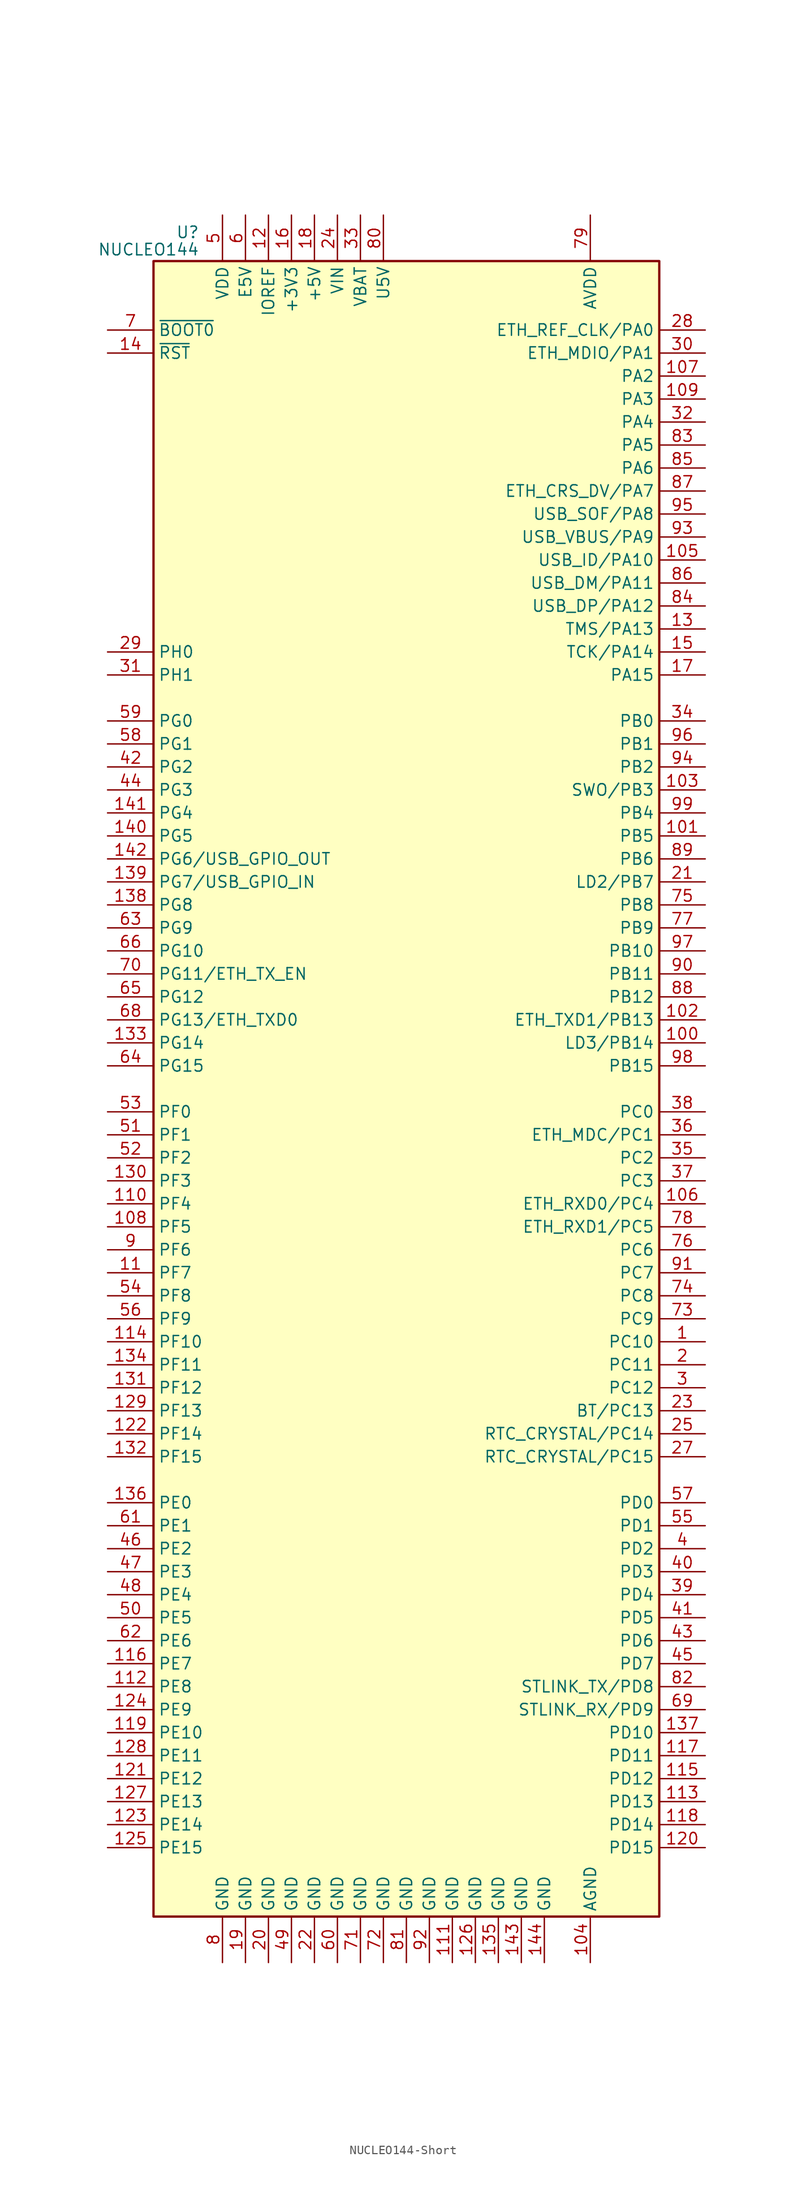
<source format=kicad_sym>
(kicad_symbol_lib
  (version 20220914)
  (generator kicad_symbol_editor)
  (symbol "NUCLEO144-Short"
    (property "Reference" "U"
      (at -22.86 94.615 0)
      (effects (font (size 1.27 1.27)) (justify right)))
    (property "Value" "NUCLEO144"
      (at -22.86 92.71 0)
      (effects (font (size 1.27 1.27)) (justify right)))
    (symbol "NUCLEO144-Short_0_1"
      (rectangle (start -27.94 91.44) (end 27.94 -91.44) (stroke (width 0.254) (type default)) (fill (type background))))
    (symbol "NUCLEO144-Short_1_1"
      (pin bidirectional line (at 33.02 -27.94 180) (length 5.08) (name "PC10" (effects (font (size 1.27 1.27)))) (number "1" (effects (font (size 1.27 1.27)))))
      (pin no_connect line (at -27.94 55.88 0) (length 5.08) hide (name "NC" (effects (font (size 1.27 1.27)))) (number "10" (effects (font (size 1.27 1.27)))))
      (pin bidirectional line (at 33.02 5.08 180) (length 5.08) (name "LD3/PB14" (effects (font (size 1.27 1.27)))) (number "100" (effects (font (size 1.27 1.27)))))
      (pin bidirectional line (at 33.02 27.94 180) (length 5.08) (name "PB5" (effects (font (size 1.27 1.27)))) (number "101" (effects (font (size 1.27 1.27)))))
      (pin bidirectional line (at 33.02 7.62 180) (length 5.08) (name "ETH_TXD1/PB13" (effects (font (size 1.27 1.27)))) (number "102" (effects (font (size 1.27 1.27)))))
      (pin bidirectional line (at 33.02 33.02 180) (length 5.08) (name "SWO/PB3" (effects (font (size 1.27 1.27)))) (number "103" (effects (font (size 1.27 1.27)))))
      (pin power_in line (at 20.32 -96.52 90) (length 5.08) (name "AGND" (effects (font (size 1.27 1.27)))) (number "104" (effects (font (size 1.27 1.27)))))
      (pin bidirectional line (at 33.02 58.42 180) (length 5.08) (name "USB_ID/PA10" (effects (font (size 1.27 1.27)))) (number "105" (effects (font (size 1.27 1.27)))))
      (pin bidirectional line (at 33.02 -12.7 180) (length 5.08) (name "ETH_RXD0/PC4" (effects (font (size 1.27 1.27)))) (number "106" (effects (font (size 1.27 1.27)))))
      (pin bidirectional line (at 33.02 78.74 180) (length 5.08) (name "PA2" (effects (font (size 1.27 1.27)))) (number "107" (effects (font (size 1.27 1.27)))))
      (pin bidirectional line (at -33.02 -15.24 0) (length 5.08) (name "PF5" (effects (font (size 1.27 1.27)))) (number "108" (effects (font (size 1.27 1.27)))))
      (pin bidirectional line (at 33.02 76.2 180) (length 5.08) (name "PA3" (effects (font (size 1.27 1.27)))) (number "109" (effects (font (size 1.27 1.27)))))
      (pin bidirectional line (at -33.02 -20.32 0) (length 5.08) (name "PF7" (effects (font (size 1.27 1.27)))) (number "11" (effects (font (size 1.27 1.27)))))
      (pin bidirectional line (at -33.02 -12.7 0) (length 5.08) (name "PF4" (effects (font (size 1.27 1.27)))) (number "110" (effects (font (size 1.27 1.27)))))
      (pin power_in line (at 5.08 -96.52 90) (length 5.08) (name "GND" (effects (font (size 1.27 1.27)))) (number "111" (effects (font (size 1.27 1.27)))))
      (pin bidirectional line (at -33.02 -66.04 0) (length 5.08) (name "PE8" (effects (font (size 1.27 1.27)))) (number "112" (effects (font (size 1.27 1.27)))))
      (pin bidirectional line (at 33.02 -78.74 180) (length 5.08) (name "PD13" (effects (font (size 1.27 1.27)))) (number "113" (effects (font (size 1.27 1.27)))))
      (pin bidirectional line (at -33.02 -27.94 0) (length 5.08) (name "PF10" (effects (font (size 1.27 1.27)))) (number "114" (effects (font (size 1.27 1.27)))))
      (pin bidirectional line (at 33.02 -76.2 180) (length 5.08) (name "PD12" (effects (font (size 1.27 1.27)))) (number "115" (effects (font (size 1.27 1.27)))))
      (pin bidirectional line (at -33.02 -63.5 0) (length 5.08) (name "PE7" (effects (font (size 1.27 1.27)))) (number "116" (effects (font (size 1.27 1.27)))))
      (pin bidirectional line (at 33.02 -73.66 180) (length 5.08) (name "PD11" (effects (font (size 1.27 1.27)))) (number "117" (effects (font (size 1.27 1.27)))))
      (pin bidirectional line (at 33.02 -81.28 180) (length 5.08) (name "PD14" (effects (font (size 1.27 1.27)))) (number "118" (effects (font (size 1.27 1.27)))))
      (pin bidirectional line (at -33.02 -71.12 0) (length 5.08) (name "PE10" (effects (font (size 1.27 1.27)))) (number "119" (effects (font (size 1.27 1.27)))))
      (pin power_in line (at -15.24 96.52 270) (length 5.08) (name "IOREF" (effects (font (size 1.27 1.27)))) (number "12" (effects (font (size 1.27 1.27)))))
      (pin bidirectional line (at 33.02 -83.82 180) (length 5.08) (name "PD15" (effects (font (size 1.27 1.27)))) (number "120" (effects (font (size 1.27 1.27)))))
      (pin bidirectional line (at -33.02 -76.2 0) (length 5.08) (name "PE12" (effects (font (size 1.27 1.27)))) (number "121" (effects (font (size 1.27 1.27)))))
      (pin bidirectional line (at -33.02 -38.1 0) (length 5.08) (name "PF14" (effects (font (size 1.27 1.27)))) (number "122" (effects (font (size 1.27 1.27)))))
      (pin bidirectional line (at -33.02 -81.28 0) (length 5.08) (name "PE14" (effects (font (size 1.27 1.27)))) (number "123" (effects (font (size 1.27 1.27)))))
      (pin bidirectional line (at -33.02 -68.58 0) (length 5.08) (name "PE9" (effects (font (size 1.27 1.27)))) (number "124" (effects (font (size 1.27 1.27)))))
      (pin bidirectional line (at -33.02 -83.82 0) (length 5.08) (name "PE15" (effects (font (size 1.27 1.27)))) (number "125" (effects (font (size 1.27 1.27)))))
      (pin power_in line (at 7.62 -96.52 90) (length 5.08) (name "GND" (effects (font (size 1.27 1.27)))) (number "126" (effects (font (size 1.27 1.27)))))
      (pin bidirectional line (at -33.02 -78.74 0) (length 5.08) (name "PE13" (effects (font (size 1.27 1.27)))) (number "127" (effects (font (size 1.27 1.27)))))
      (pin bidirectional line (at -33.02 -73.66 0) (length 5.08) (name "PE11" (effects (font (size 1.27 1.27)))) (number "128" (effects (font (size 1.27 1.27)))))
      (pin bidirectional line (at -33.02 -35.56 0) (length 5.08) (name "PF13" (effects (font (size 1.27 1.27)))) (number "129" (effects (font (size 1.27 1.27)))))
      (pin bidirectional line (at 33.02 50.8 180) (length 5.08) (name "TMS/PA13" (effects (font (size 1.27 1.27)))) (number "13" (effects (font (size 1.27 1.27)))))
      (pin bidirectional line (at -33.02 -10.16 0) (length 5.08) (name "PF3" (effects (font (size 1.27 1.27)))) (number "130" (effects (font (size 1.27 1.27)))))
      (pin bidirectional line (at -33.02 -33.02 0) (length 5.08) (name "PF12" (effects (font (size 1.27 1.27)))) (number "131" (effects (font (size 1.27 1.27)))))
      (pin bidirectional line (at -33.02 -40.64 0) (length 5.08) (name "PF15" (effects (font (size 1.27 1.27)))) (number "132" (effects (font (size 1.27 1.27)))))
      (pin bidirectional line (at -33.02 5.08 0) (length 5.08) (name "PG14" (effects (font (size 1.27 1.27)))) (number "133" (effects (font (size 1.27 1.27)))))
      (pin bidirectional line (at -33.02 -30.48 0) (length 5.08) (name "PF11" (effects (font (size 1.27 1.27)))) (number "134" (effects (font (size 1.27 1.27)))))
      (pin power_in line (at 10.16 -96.52 90) (length 5.08) (name "GND" (effects (font (size 1.27 1.27)))) (number "135" (effects (font (size 1.27 1.27)))))
      (pin bidirectional line (at -33.02 -45.72 0) (length 5.08) (name "PE0" (effects (font (size 1.27 1.27)))) (number "136" (effects (font (size 1.27 1.27)))))
      (pin bidirectional line (at 33.02 -71.12 180) (length 5.08) (name "PD10" (effects (font (size 1.27 1.27)))) (number "137" (effects (font (size 1.27 1.27)))))
      (pin bidirectional line (at -33.02 20.32 0) (length 5.08) (name "PG8" (effects (font (size 1.27 1.27)))) (number "138" (effects (font (size 1.27 1.27)))))
      (pin bidirectional line (at -33.02 22.86 0) (length 5.08) (name "PG7/USB_GPIO_IN" (effects (font (size 1.27 1.27)))) (number "139" (effects (font (size 1.27 1.27)))))
      (pin input line (at -33.02 81.28 0) (length 5.08) (name "~{RST}" (effects (font (size 1.27 1.27)))) (number "14" (effects (font (size 1.27 1.27)))))
      (pin bidirectional line (at -33.02 27.94 0) (length 5.08) (name "PG5" (effects (font (size 1.27 1.27)))) (number "140" (effects (font (size 1.27 1.27)))))
      (pin bidirectional line (at -33.02 30.48 0) (length 5.08) (name "PG4" (effects (font (size 1.27 1.27)))) (number "141" (effects (font (size 1.27 1.27)))))
      (pin bidirectional line (at -33.02 25.4 0) (length 5.08) (name "PG6/USB_GPIO_OUT" (effects (font (size 1.27 1.27)))) (number "142" (effects (font (size 1.27 1.27)))))
      (pin power_in line (at 12.7 -96.52 90) (length 5.08) (name "GND" (effects (font (size 1.27 1.27)))) (number "143" (effects (font (size 1.27 1.27)))))
      (pin power_in line (at 15.24 -96.52 90) (length 5.08) (name "GND" (effects (font (size 1.27 1.27)))) (number "144" (effects (font (size 1.27 1.27)))))
      (pin bidirectional line (at 33.02 48.26 180) (length 5.08) (name "TCK/PA14" (effects (font (size 1.27 1.27)))) (number "15" (effects (font (size 1.27 1.27)))))
      (pin power_in line (at -12.7 96.52 270) (length 5.08) (name "+3V3" (effects (font (size 1.27 1.27)))) (number "16" (effects (font (size 1.27 1.27)))))
      (pin bidirectional line (at 33.02 45.72 180) (length 5.08) (name "PA15" (effects (font (size 1.27 1.27)))) (number "17" (effects (font (size 1.27 1.27)))))
      (pin power_in line (at -10.16 96.52 270) (length 5.08) (name "+5V" (effects (font (size 1.27 1.27)))) (number "18" (effects (font (size 1.27 1.27)))))
      (pin power_in line (at -17.78 -96.52 90) (length 5.08) (name "GND" (effects (font (size 1.27 1.27)))) (number "19" (effects (font (size 1.27 1.27)))))
      (pin bidirectional line (at 33.02 -30.48 180) (length 5.08) (name "PC11" (effects (font (size 1.27 1.27)))) (number "2" (effects (font (size 1.27 1.27)))))
      (pin power_in line (at -15.24 -96.52 90) (length 5.08) (name "GND" (effects (font (size 1.27 1.27)))) (number "20" (effects (font (size 1.27 1.27)))))
      (pin bidirectional line (at 33.02 22.86 180) (length 5.08) (name "LD2/PB7" (effects (font (size 1.27 1.27)))) (number "21" (effects (font (size 1.27 1.27)))))
      (pin power_in line (at -10.16 -96.52 90) (length 5.08) (name "GND" (effects (font (size 1.27 1.27)))) (number "22" (effects (font (size 1.27 1.27)))))
      (pin bidirectional line (at 33.02 -35.56 180) (length 5.08) (name "BT/PC13" (effects (font (size 1.27 1.27)))) (number "23" (effects (font (size 1.27 1.27)))))
      (pin power_in line (at -7.62 96.52 270) (length 5.08) (name "VIN" (effects (font (size 1.27 1.27)))) (number "24" (effects (font (size 1.27 1.27)))))
      (pin bidirectional line (at 33.02 -38.1 180) (length 5.08) (name "RTC_CRYSTAL/PC14" (effects (font (size 1.27 1.27)))) (number "25" (effects (font (size 1.27 1.27)))))
      (pin no_connect line (at -27.94 58.42 0) (length 5.08) hide (name "NC" (effects (font (size 1.27 1.27)))) (number "26" (effects (font (size 1.27 1.27)))))
      (pin bidirectional line (at 33.02 -40.64 180) (length 5.08) (name "RTC_CRYSTAL/PC15" (effects (font (size 1.27 1.27)))) (number "27" (effects (font (size 1.27 1.27)))))
      (pin bidirectional line (at 33.02 83.82 180) (length 5.08) (name "ETH_REF_CLK/PA0" (effects (font (size 1.27 1.27)))) (number "28" (effects (font (size 1.27 1.27)))))
      (pin bidirectional line (at -33.02 48.26 0) (length 5.08) (name "PH0" (effects (font (size 1.27 1.27)))) (number "29" (effects (font (size 1.27 1.27)))))
      (pin bidirectional line (at 33.02 -33.02 180) (length 5.08) (name "PC12" (effects (font (size 1.27 1.27)))) (number "3" (effects (font (size 1.27 1.27)))))
      (pin bidirectional line (at 33.02 81.28 180) (length 5.08) (name "ETH_MDIO/PA1" (effects (font (size 1.27 1.27)))) (number "30" (effects (font (size 1.27 1.27)))))
      (pin bidirectional line (at -33.02 45.72 0) (length 5.08) (name "PH1" (effects (font (size 1.27 1.27)))) (number "31" (effects (font (size 1.27 1.27)))))
      (pin bidirectional line (at 33.02 73.66 180) (length 5.08) (name "PA4" (effects (font (size 1.27 1.27)))) (number "32" (effects (font (size 1.27 1.27)))))
      (pin power_in line (at -5.08 96.52 270) (length 5.08) (name "VBAT" (effects (font (size 1.27 1.27)))) (number "33" (effects (font (size 1.27 1.27)))))
      (pin bidirectional line (at 33.02 40.64 180) (length 5.08) (name "PB0" (effects (font (size 1.27 1.27)))) (number "34" (effects (font (size 1.27 1.27)))))
      (pin bidirectional line (at 33.02 -7.62 180) (length 5.08) (name "PC2" (effects (font (size 1.27 1.27)))) (number "35" (effects (font (size 1.27 1.27)))))
      (pin bidirectional line (at 33.02 -5.08 180) (length 5.08) (name "ETH_MDC/PC1" (effects (font (size 1.27 1.27)))) (number "36" (effects (font (size 1.27 1.27)))))
      (pin bidirectional line (at 33.02 -10.16 180) (length 5.08) (name "PC3" (effects (font (size 1.27 1.27)))) (number "37" (effects (font (size 1.27 1.27)))))
      (pin bidirectional line (at 33.02 -2.54 180) (length 5.08) (name "PC0" (effects (font (size 1.27 1.27)))) (number "38" (effects (font (size 1.27 1.27)))))
      (pin bidirectional line (at 33.02 -55.88 180) (length 5.08) (name "PD4" (effects (font (size 1.27 1.27)))) (number "39" (effects (font (size 1.27 1.27)))))
      (pin bidirectional line (at 33.02 -50.8 180) (length 5.08) (name "PD2" (effects (font (size 1.27 1.27)))) (number "4" (effects (font (size 1.27 1.27)))))
      (pin bidirectional line (at 33.02 -53.34 180) (length 5.08) (name "PD3" (effects (font (size 1.27 1.27)))) (number "40" (effects (font (size 1.27 1.27)))))
      (pin bidirectional line (at 33.02 -58.42 180) (length 5.08) (name "PD5" (effects (font (size 1.27 1.27)))) (number "41" (effects (font (size 1.27 1.27)))))
      (pin bidirectional line (at -33.02 35.56 0) (length 5.08) (name "PG2" (effects (font (size 1.27 1.27)))) (number "42" (effects (font (size 1.27 1.27)))))
      (pin bidirectional line (at 33.02 -60.96 180) (length 5.08) (name "PD6" (effects (font (size 1.27 1.27)))) (number "43" (effects (font (size 1.27 1.27)))))
      (pin bidirectional line (at -33.02 33.02 0) (length 5.08) (name "PG3" (effects (font (size 1.27 1.27)))) (number "44" (effects (font (size 1.27 1.27)))))
      (pin bidirectional line (at 33.02 -63.5 180) (length 5.08) (name "PD7" (effects (font (size 1.27 1.27)))) (number "45" (effects (font (size 1.27 1.27)))))
      (pin bidirectional line (at -33.02 -50.8 0) (length 5.08) (name "PE2" (effects (font (size 1.27 1.27)))) (number "46" (effects (font (size 1.27 1.27)))))
      (pin bidirectional line (at -33.02 -53.34 0) (length 5.08) (name "PE3" (effects (font (size 1.27 1.27)))) (number "47" (effects (font (size 1.27 1.27)))))
      (pin bidirectional line (at -33.02 -55.88 0) (length 5.08) (name "PE4" (effects (font (size 1.27 1.27)))) (number "48" (effects (font (size 1.27 1.27)))))
      (pin power_in line (at -12.7 -96.52 90) (length 5.08) (name "GND" (effects (font (size 1.27 1.27)))) (number "49" (effects (font (size 1.27 1.27)))))
      (pin power_in line (at -20.32 96.52 270) (length 5.08) (name "VDD" (effects (font (size 1.27 1.27)))) (number "5" (effects (font (size 1.27 1.27)))))
      (pin bidirectional line (at -33.02 -58.42 0) (length 5.08) (name "PE5" (effects (font (size 1.27 1.27)))) (number "50" (effects (font (size 1.27 1.27)))))
      (pin bidirectional line (at -33.02 -5.08 0) (length 5.08) (name "PF1" (effects (font (size 1.27 1.27)))) (number "51" (effects (font (size 1.27 1.27)))))
      (pin bidirectional line (at -33.02 -7.62 0) (length 5.08) (name "PF2" (effects (font (size 1.27 1.27)))) (number "52" (effects (font (size 1.27 1.27)))))
      (pin bidirectional line (at -33.02 -2.54 0) (length 5.08) (name "PF0" (effects (font (size 1.27 1.27)))) (number "53" (effects (font (size 1.27 1.27)))))
      (pin bidirectional line (at -33.02 -22.86 0) (length 5.08) (name "PF8" (effects (font (size 1.27 1.27)))) (number "54" (effects (font (size 1.27 1.27)))))
      (pin bidirectional line (at 33.02 -48.26 180) (length 5.08) (name "PD1" (effects (font (size 1.27 1.27)))) (number "55" (effects (font (size 1.27 1.27)))))
      (pin bidirectional line (at -33.02 -25.4 0) (length 5.08) (name "PF9" (effects (font (size 1.27 1.27)))) (number "56" (effects (font (size 1.27 1.27)))))
      (pin bidirectional line (at 33.02 -45.72 180) (length 5.08) (name "PD0" (effects (font (size 1.27 1.27)))) (number "57" (effects (font (size 1.27 1.27)))))
      (pin bidirectional line (at -33.02 38.1 0) (length 5.08) (name "PG1" (effects (font (size 1.27 1.27)))) (number "58" (effects (font (size 1.27 1.27)))))
      (pin bidirectional line (at -33.02 40.64 0) (length 5.08) (name "PG0" (effects (font (size 1.27 1.27)))) (number "59" (effects (font (size 1.27 1.27)))))
      (pin power_in line (at -17.78 96.52 270) (length 5.08) (name "E5V" (effects (font (size 1.27 1.27)))) (number "6" (effects (font (size 1.27 1.27)))))
      (pin power_in line (at -7.62 -96.52 90) (length 5.08) (name "GND" (effects (font (size 1.27 1.27)))) (number "60" (effects (font (size 1.27 1.27)))))
      (pin bidirectional line (at -33.02 -48.26 0) (length 5.08) (name "PE1" (effects (font (size 1.27 1.27)))) (number "61" (effects (font (size 1.27 1.27)))))
      (pin bidirectional line (at -33.02 -60.96 0) (length 5.08) (name "PE6" (effects (font (size 1.27 1.27)))) (number "62" (effects (font (size 1.27 1.27)))))
      (pin bidirectional line (at -33.02 17.78 0) (length 5.08) (name "PG9" (effects (font (size 1.27 1.27)))) (number "63" (effects (font (size 1.27 1.27)))))
      (pin bidirectional line (at -33.02 2.54 0) (length 5.08) (name "PG15" (effects (font (size 1.27 1.27)))) (number "64" (effects (font (size 1.27 1.27)))))
      (pin bidirectional line (at -33.02 10.16 0) (length 5.08) (name "PG12" (effects (font (size 1.27 1.27)))) (number "65" (effects (font (size 1.27 1.27)))))
      (pin bidirectional line (at -33.02 15.24 0) (length 5.08) (name "PG10" (effects (font (size 1.27 1.27)))) (number "66" (effects (font (size 1.27 1.27)))))
      (pin no_connect line (at -27.94 53.34 0) (length 5.08) hide (name "NC" (effects (font (size 1.27 1.27)))) (number "67" (effects (font (size 1.27 1.27)))))
      (pin bidirectional line (at -33.02 7.62 0) (length 5.08) (name "PG13/ETH_TXD0" (effects (font (size 1.27 1.27)))) (number "68" (effects (font (size 1.27 1.27)))))
      (pin bidirectional line (at 33.02 -68.58 180) (length 5.08) (name "STLINK_RX/PD9" (effects (font (size 1.27 1.27)))) (number "69" (effects (font (size 1.27 1.27)))))
      (pin input line (at -33.02 83.82 0) (length 5.08) (name "~{BOOT0}" (effects (font (size 1.27 1.27)))) (number "7" (effects (font (size 1.27 1.27)))))
      (pin bidirectional line (at -33.02 12.7 0) (length 5.08) (name "PG11/ETH_TX_EN" (effects (font (size 1.27 1.27)))) (number "70" (effects (font (size 1.27 1.27)))))
      (pin power_in line (at -5.08 -96.52 90) (length 5.08) (name "GND" (effects (font (size 1.27 1.27)))) (number "71" (effects (font (size 1.27 1.27)))))
      (pin power_in line (at -2.54 -96.52 90) (length 5.08) (name "GND" (effects (font (size 1.27 1.27)))) (number "72" (effects (font (size 1.27 1.27)))))
      (pin bidirectional line (at 33.02 -25.4 180) (length 5.08) (name "PC9" (effects (font (size 1.27 1.27)))) (number "73" (effects (font (size 1.27 1.27)))))
      (pin bidirectional line (at 33.02 -22.86 180) (length 5.08) (name "PC8" (effects (font (size 1.27 1.27)))) (number "74" (effects (font (size 1.27 1.27)))))
      (pin bidirectional line (at 33.02 20.32 180) (length 5.08) (name "PB8" (effects (font (size 1.27 1.27)))) (number "75" (effects (font (size 1.27 1.27)))))
      (pin bidirectional line (at 33.02 -17.78 180) (length 5.08) (name "PC6" (effects (font (size 1.27 1.27)))) (number "76" (effects (font (size 1.27 1.27)))))
      (pin bidirectional line (at 33.02 17.78 180) (length 5.08) (name "PB9" (effects (font (size 1.27 1.27)))) (number "77" (effects (font (size 1.27 1.27)))))
      (pin bidirectional line (at 33.02 -15.24 180) (length 5.08) (name "ETH_RXD1/PC5" (effects (font (size 1.27 1.27)))) (number "78" (effects (font (size 1.27 1.27)))))
      (pin power_in line (at 20.32 96.52 270) (length 5.08) (name "AVDD" (effects (font (size 1.27 1.27)))) (number "79" (effects (font (size 1.27 1.27)))))
      (pin power_in line (at -20.32 -96.52 90) (length 5.08) (name "GND" (effects (font (size 1.27 1.27)))) (number "8" (effects (font (size 1.27 1.27)))))
      (pin power_in line (at -2.54 96.52 270) (length 5.08) (name "U5V" (effects (font (size 1.27 1.27)))) (number "80" (effects (font (size 1.27 1.27)))))
      (pin power_in line (at 0 -96.52 90) (length 5.08) (name "GND" (effects (font (size 1.27 1.27)))) (number "81" (effects (font (size 1.27 1.27)))))
      (pin bidirectional line (at 33.02 -66.04 180) (length 5.08) (name "STLINK_TX/PD8" (effects (font (size 1.27 1.27)))) (number "82" (effects (font (size 1.27 1.27)))))
      (pin bidirectional line (at 33.02 71.12 180) (length 5.08) (name "PA5" (effects (font (size 1.27 1.27)))) (number "83" (effects (font (size 1.27 1.27)))))
      (pin bidirectional line (at 33.02 53.34 180) (length 5.08) (name "USB_DP/PA12" (effects (font (size 1.27 1.27)))) (number "84" (effects (font (size 1.27 1.27)))))
      (pin bidirectional line (at 33.02 68.58 180) (length 5.08) (name "PA6" (effects (font (size 1.27 1.27)))) (number "85" (effects (font (size 1.27 1.27)))))
      (pin bidirectional line (at 33.02 55.88 180) (length 5.08) (name "USB_DM/PA11" (effects (font (size 1.27 1.27)))) (number "86" (effects (font (size 1.27 1.27)))))
      (pin bidirectional line (at 33.02 66.04 180) (length 5.08) (name "ETH_CRS_DV/PA7" (effects (font (size 1.27 1.27)))) (number "87" (effects (font (size 1.27 1.27)))))
      (pin bidirectional line (at 33.02 10.16 180) (length 5.08) (name "PB12" (effects (font (size 1.27 1.27)))) (number "88" (effects (font (size 1.27 1.27)))))
      (pin bidirectional line (at 33.02 25.4 180) (length 5.08) (name "PB6" (effects (font (size 1.27 1.27)))) (number "89" (effects (font (size 1.27 1.27)))))
      (pin bidirectional line (at -33.02 -17.78 0) (length 5.08) (name "PF6" (effects (font (size 1.27 1.27)))) (number "9" (effects (font (size 1.27 1.27)))))
      (pin bidirectional line (at 33.02 12.7 180) (length 5.08) (name "PB11" (effects (font (size 1.27 1.27)))) (number "90" (effects (font (size 1.27 1.27)))))
      (pin bidirectional line (at 33.02 -20.32 180) (length 5.08) (name "PC7" (effects (font (size 1.27 1.27)))) (number "91" (effects (font (size 1.27 1.27)))))
      (pin power_in line (at 2.54 -96.52 90) (length 5.08) (name "GND" (effects (font (size 1.27 1.27)))) (number "92" (effects (font (size 1.27 1.27)))))
      (pin bidirectional line (at 33.02 60.96 180) (length 5.08) (name "USB_VBUS/PA9" (effects (font (size 1.27 1.27)))) (number "93" (effects (font (size 1.27 1.27)))))
      (pin bidirectional line (at 33.02 35.56 180) (length 5.08) (name "PB2" (effects (font (size 1.27 1.27)))) (number "94" (effects (font (size 1.27 1.27)))))
      (pin bidirectional line (at 33.02 63.5 180) (length 5.08) (name "USB_SOF/PA8" (effects (font (size 1.27 1.27)))) (number "95" (effects (font (size 1.27 1.27)))))
      (pin bidirectional line (at 33.02 38.1 180) (length 5.08) (name "PB1" (effects (font (size 1.27 1.27)))) (number "96" (effects (font (size 1.27 1.27)))))
      (pin bidirectional line (at 33.02 15.24 180) (length 5.08) (name "PB10" (effects (font (size 1.27 1.27)))) (number "97" (effects (font (size 1.27 1.27)))))
      (pin bidirectional line (at 33.02 2.54 180) (length 5.08) (name "PB15" (effects (font (size 1.27 1.27)))) (number "98" (effects (font (size 1.27 1.27)))))
      (pin bidirectional line (at 33.02 30.48 180) (length 5.08) (name "PB4" (effects (font (size 1.27 1.27)))) (number "99" (effects (font (size 1.27 1.27))))))))
</source>
